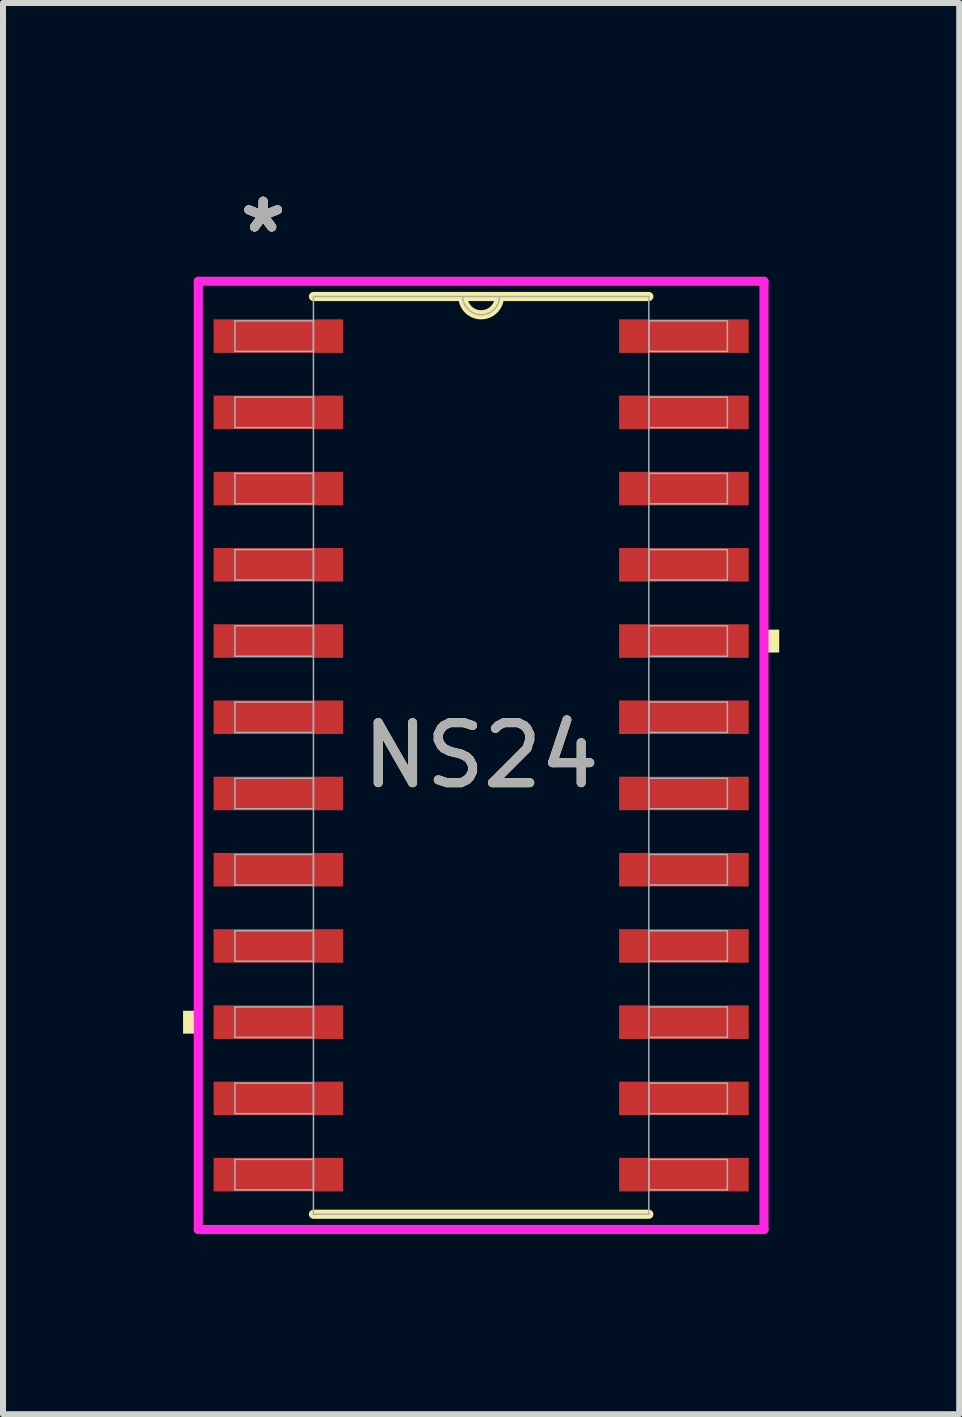
<source format=kicad_pcb>
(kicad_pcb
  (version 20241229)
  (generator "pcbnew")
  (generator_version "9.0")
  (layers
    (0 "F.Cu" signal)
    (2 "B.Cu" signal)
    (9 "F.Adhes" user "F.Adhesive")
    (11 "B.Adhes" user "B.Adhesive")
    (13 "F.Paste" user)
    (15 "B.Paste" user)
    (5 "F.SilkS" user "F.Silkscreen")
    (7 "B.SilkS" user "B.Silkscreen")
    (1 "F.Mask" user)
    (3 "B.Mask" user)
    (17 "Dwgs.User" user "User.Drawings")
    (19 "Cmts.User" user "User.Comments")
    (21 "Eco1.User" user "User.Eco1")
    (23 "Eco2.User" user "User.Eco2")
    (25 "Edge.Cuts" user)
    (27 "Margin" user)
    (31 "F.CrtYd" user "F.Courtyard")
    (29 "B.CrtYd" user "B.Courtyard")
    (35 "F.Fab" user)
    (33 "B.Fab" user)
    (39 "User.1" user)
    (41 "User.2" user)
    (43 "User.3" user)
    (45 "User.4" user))
  (footprint "NS24"
    (layer "F.Cu")
    (at 4.966 9.535)
    (property "Reference" "NS24" (at 0 0 0) (unlocked yes) (layer "F.SilkS") (effects (font (size 1 1) (thickness 0.15))))
    (attr smd)
    (fp_line (start -2.794 7.645) (end 2.794 7.645) (stroke (width 0.152) (type solid)) (layer "F.SilkS"))
    (fp_line (start 2.794 -7.645) (end -2.794 -7.645) (stroke (width 0.152) (type solid)) (layer "F.SilkS"))
    (fp_arc (start 0.3048 -7.6454) (mid 0 -7.3406) (end -0.3048 -7.6454) (stroke (width 0.1524) (type solid)) (layer "F.SilkS"))
    (fp_poly (pts (xy -4.966 4.255) (xy -4.966 4.636) (xy -4.712 4.636) (xy -4.712 4.255)) (stroke (width 0) (type solid)) (fill yes) (layer "F.SilkS"))
    (fp_poly (pts (xy 4.966 -2.095) (xy 4.966 -1.714) (xy 4.712 -1.714) (xy 4.712 -2.095)) (stroke (width 0) (type solid)) (fill yes) (layer "F.SilkS"))
    (fp_line (start -4.712 -7.899) (end 4.712 -7.899) (stroke (width 0.152) (type solid)) (layer "F.CrtYd"))
    (fp_line (start -4.712 7.899) (end -4.712 -7.899) (stroke (width 0.152) (type solid)) (layer "F.CrtYd"))
    (fp_line (start 4.712 -7.899) (end 4.712 7.899) (stroke (width 0.152) (type solid)) (layer "F.CrtYd"))
    (fp_line (start 4.712 7.899) (end -4.712 7.899) (stroke (width 0.152) (type solid)) (layer "F.CrtYd"))
    (fp_line (start -4.102 -7.239) (end -4.102 -6.731) (stroke (width 0.025) (type solid)) (layer "F.Fab"))
    (fp_line (start -4.102 -6.731) (end -2.794 -6.731) (stroke (width 0.025) (type solid)) (layer "F.Fab"))
    (fp_line (start -4.102 -5.969) (end -4.102 -5.461) (stroke (width 0.025) (type solid)) (layer "F.Fab"))
    (fp_line (start -4.102 -5.461) (end -2.794 -5.461) (stroke (width 0.025) (type solid)) (layer "F.Fab"))
    (fp_line (start -4.102 -4.699) (end -4.102 -4.191) (stroke (width 0.025) (type solid)) (layer "F.Fab"))
    (fp_line (start -4.102 -4.191) (end -2.794 -4.191) (stroke (width 0.025) (type solid)) (layer "F.Fab"))
    (fp_line (start -4.102 -3.429) (end -4.102 -2.921) (stroke (width 0.025) (type solid)) (layer "F.Fab"))
    (fp_line (start -4.102 -2.921) (end -2.794 -2.921) (stroke (width 0.025) (type solid)) (layer "F.Fab"))
    (fp_line (start -4.102 -2.159) (end -4.102 -1.651) (stroke (width 0.025) (type solid)) (layer "F.Fab"))
    (fp_line (start -4.102 -1.651) (end -2.794 -1.651) (stroke (width 0.025) (type solid)) (layer "F.Fab"))
    (fp_line (start -4.102 -0.889) (end -4.102 -0.381) (stroke (width 0.025) (type solid)) (layer "F.Fab"))
    (fp_line (start -4.102 -0.381) (end -2.794 -0.381) (stroke (width 0.025) (type solid)) (layer "F.Fab"))
    (fp_line (start -4.102 0.381) (end -4.102 0.889) (stroke (width 0.025) (type solid)) (layer "F.Fab"))
    (fp_line (start -4.102 0.889) (end -2.794 0.889) (stroke (width 0.025) (type solid)) (layer "F.Fab"))
    (fp_line (start -4.102 1.651) (end -4.102 2.159) (stroke (width 0.025) (type solid)) (layer "F.Fab"))
    (fp_line (start -4.102 2.159) (end -2.794 2.159) (stroke (width 0.025) (type solid)) (layer "F.Fab"))
    (fp_line (start -4.102 2.921) (end -4.102 3.429) (stroke (width 0.025) (type solid)) (layer "F.Fab"))
    (fp_line (start -4.102 3.429) (end -2.794 3.429) (stroke (width 0.025) (type solid)) (layer "F.Fab"))
    (fp_line (start -4.102 4.191) (end -4.102 4.699) (stroke (width 0.025) (type solid)) (layer "F.Fab"))
    (fp_line (start -4.102 4.699) (end -2.794 4.699) (stroke (width 0.025) (type solid)) (layer "F.Fab"))
    (fp_line (start -4.102 5.461) (end -4.102 5.969) (stroke (width 0.025) (type solid)) (layer "F.Fab"))
    (fp_line (start -4.102 5.969) (end -2.794 5.969) (stroke (width 0.025) (type solid)) (layer "F.Fab"))
    (fp_line (start -4.102 6.731) (end -4.102 7.239) (stroke (width 0.025) (type solid)) (layer "F.Fab"))
    (fp_line (start -4.102 7.239) (end -2.794 7.239) (stroke (width 0.025) (type solid)) (layer "F.Fab"))
    (fp_line (start -2.794 -7.645) (end -2.794 7.645) (stroke (width 0.025) (type solid)) (layer "F.Fab"))
    (fp_line (start -2.794 -7.239) (end -4.102 -7.239) (stroke (width 0.025) (type solid)) (layer "F.Fab"))
    (fp_line (start -2.794 -6.731) (end -2.794 -7.239) (stroke (width 0.025) (type solid)) (layer "F.Fab"))
    (fp_line (start -2.794 -5.969) (end -4.102 -5.969) (stroke (width 0.025) (type solid)) (layer "F.Fab"))
    (fp_line (start -2.794 -5.461) (end -2.794 -5.969) (stroke (width 0.025) (type solid)) (layer "F.Fab"))
    (fp_line (start -2.794 -4.699) (end -4.102 -4.699) (stroke (width 0.025) (type solid)) (layer "F.Fab"))
    (fp_line (start -2.794 -4.191) (end -2.794 -4.699) (stroke (width 0.025) (type solid)) (layer "F.Fab"))
    (fp_line (start -2.794 -3.429) (end -4.102 -3.429) (stroke (width 0.025) (type solid)) (layer "F.Fab"))
    (fp_line (start -2.794 -2.921) (end -2.794 -3.429) (stroke (width 0.025) (type solid)) (layer "F.Fab"))
    (fp_line (start -2.794 -2.159) (end -4.102 -2.159) (stroke (width 0.025) (type solid)) (layer "F.Fab"))
    (fp_line (start -2.794 -1.651) (end -2.794 -2.159) (stroke (width 0.025) (type solid)) (layer "F.Fab"))
    (fp_line (start -2.794 -0.889) (end -4.102 -0.889) (stroke (width 0.025) (type solid)) (layer "F.Fab"))
    (fp_line (start -2.794 -0.381) (end -2.794 -0.889) (stroke (width 0.025) (type solid)) (layer "F.Fab"))
    (fp_line (start -2.794 0.381) (end -4.102 0.381) (stroke (width 0.025) (type solid)) (layer "F.Fab"))
    (fp_line (start -2.794 0.889) (end -2.794 0.381) (stroke (width 0.025) (type solid)) (layer "F.Fab"))
    (fp_line (start -2.794 1.651) (end -4.102 1.651) (stroke (width 0.025) (type solid)) (layer "F.Fab"))
    (fp_line (start -2.794 2.159) (end -2.794 1.651) (stroke (width 0.025) (type solid)) (layer "F.Fab"))
    (fp_line (start -2.794 2.921) (end -4.102 2.921) (stroke (width 0.025) (type solid)) (layer "F.Fab"))
    (fp_line (start -2.794 3.429) (end -2.794 2.921) (stroke (width 0.025) (type solid)) (layer "F.Fab"))
    (fp_line (start -2.794 4.191) (end -4.102 4.191) (stroke (width 0.025) (type solid)) (layer "F.Fab"))
    (fp_line (start -2.794 4.699) (end -2.794 4.191) (stroke (width 0.025) (type solid)) (layer "F.Fab"))
    (fp_line (start -2.794 5.461) (end -4.102 5.461) (stroke (width 0.025) (type solid)) (layer "F.Fab"))
    (fp_line (start -2.794 5.969) (end -2.794 5.461) (stroke (width 0.025) (type solid)) (layer "F.Fab"))
    (fp_line (start -2.794 6.731) (end -4.102 6.731) (stroke (width 0.025) (type solid)) (layer "F.Fab"))
    (fp_line (start -2.794 7.239) (end -2.794 6.731) (stroke (width 0.025) (type solid)) (layer "F.Fab"))
    (fp_line (start -2.794 7.645) (end 2.794 7.645) (stroke (width 0.025) (type solid)) (layer "F.Fab"))
    (fp_line (start 2.794 -7.645) (end -2.794 -7.645) (stroke (width 0.025) (type solid)) (layer "F.Fab"))
    (fp_line (start 2.794 -7.239) (end 2.794 -6.731) (stroke (width 0.025) (type solid)) (layer "F.Fab"))
    (fp_line (start 2.794 -6.731) (end 4.102 -6.731) (stroke (width 0.025) (type solid)) (layer "F.Fab"))
    (fp_line (start 2.794 -5.969) (end 2.794 -5.461) (stroke (width 0.025) (type solid)) (layer "F.Fab"))
    (fp_line (start 2.794 -5.461) (end 4.102 -5.461) (stroke (width 0.025) (type solid)) (layer "F.Fab"))
    (fp_line (start 2.794 -4.699) (end 2.794 -4.191) (stroke (width 0.025) (type solid)) (layer "F.Fab"))
    (fp_line (start 2.794 -4.191) (end 4.102 -4.191) (stroke (width 0.025) (type solid)) (layer "F.Fab"))
    (fp_line (start 2.794 -3.429) (end 2.794 -2.921) (stroke (width 0.025) (type solid)) (layer "F.Fab"))
    (fp_line (start 2.794 -2.921) (end 4.102 -2.921) (stroke (width 0.025) (type solid)) (layer "F.Fab"))
    (fp_line (start 2.794 -2.159) (end 2.794 -1.651) (stroke (width 0.025) (type solid)) (layer "F.Fab"))
    (fp_line (start 2.794 -1.651) (end 4.102 -1.651) (stroke (width 0.025) (type solid)) (layer "F.Fab"))
    (fp_line (start 2.794 -0.889) (end 2.794 -0.381) (stroke (width 0.025) (type solid)) (layer "F.Fab"))
    (fp_line (start 2.794 -0.381) (end 4.102 -0.381) (stroke (width 0.025) (type solid)) (layer "F.Fab"))
    (fp_line (start 2.794 0.381) (end 2.794 0.889) (stroke (width 0.025) (type solid)) (layer "F.Fab"))
    (fp_line (start 2.794 0.889) (end 4.102 0.889) (stroke (width 0.025) (type solid)) (layer "F.Fab"))
    (fp_line (start 2.794 1.651) (end 2.794 2.159) (stroke (width 0.025) (type solid)) (layer "F.Fab"))
    (fp_line (start 2.794 2.159) (end 4.102 2.159) (stroke (width 0.025) (type solid)) (layer "F.Fab"))
    (fp_line (start 2.794 2.921) (end 2.794 3.429) (stroke (width 0.025) (type solid)) (layer "F.Fab"))
    (fp_line (start 2.794 3.429) (end 4.102 3.429) (stroke (width 0.025) (type solid)) (layer "F.Fab"))
    (fp_line (start 2.794 4.191) (end 2.794 4.699) (stroke (width 0.025) (type solid)) (layer "F.Fab"))
    (fp_line (start 2.794 4.699) (end 4.102 4.699) (stroke (width 0.025) (type solid)) (layer "F.Fab"))
    (fp_line (start 2.794 5.461) (end 2.794 5.969) (stroke (width 0.025) (type solid)) (layer "F.Fab"))
    (fp_line (start 2.794 5.969) (end 4.102 5.969) (stroke (width 0.025) (type solid)) (layer "F.Fab"))
    (fp_line (start 2.794 6.731) (end 2.794 7.239) (stroke (width 0.025) (type solid)) (layer "F.Fab"))
    (fp_line (start 2.794 7.239) (end 4.102 7.239) (stroke (width 0.025) (type solid)) (layer "F.Fab"))
    (fp_line (start 2.794 7.645) (end 2.794 -7.645) (stroke (width 0.025) (type solid)) (layer "F.Fab"))
    (fp_line (start 4.102 -7.239) (end 2.794 -7.239) (stroke (width 0.025) (type solid)) (layer "F.Fab"))
    (fp_line (start 4.102 -6.731) (end 4.102 -7.239) (stroke (width 0.025) (type solid)) (layer "F.Fab"))
    (fp_line (start 4.102 -5.969) (end 2.794 -5.969) (stroke (width 0.025) (type solid)) (layer "F.Fab"))
    (fp_line (start 4.102 -5.461) (end 4.102 -5.969) (stroke (width 0.025) (type solid)) (layer "F.Fab"))
    (fp_line (start 4.102 -4.699) (end 2.794 -4.699) (stroke (width 0.025) (type solid)) (layer "F.Fab"))
    (fp_line (start 4.102 -4.191) (end 4.102 -4.699) (stroke (width 0.025) (type solid)) (layer "F.Fab"))
    (fp_line (start 4.102 -3.429) (end 2.794 -3.429) (stroke (width 0.025) (type solid)) (layer "F.Fab"))
    (fp_line (start 4.102 -2.921) (end 4.102 -3.429) (stroke (width 0.025) (type solid)) (layer "F.Fab"))
    (fp_line (start 4.102 -2.159) (end 2.794 -2.159) (stroke (width 0.025) (type solid)) (layer "F.Fab"))
    (fp_line (start 4.102 -1.651) (end 4.102 -2.159) (stroke (width 0.025) (type solid)) (layer "F.Fab"))
    (fp_line (start 4.102 -0.889) (end 2.794 -0.889) (stroke (width 0.025) (type solid)) (layer "F.Fab"))
    (fp_line (start 4.102 -0.381) (end 4.102 -0.889) (stroke (width 0.025) (type solid)) (layer "F.Fab"))
    (fp_line (start 4.102 0.381) (end 2.794 0.381) (stroke (width 0.025) (type solid)) (layer "F.Fab"))
    (fp_line (start 4.102 0.889) (end 4.102 0.381) (stroke (width 0.025) (type solid)) (layer "F.Fab"))
    (fp_line (start 4.102 1.651) (end 2.794 1.651) (stroke (width 0.025) (type solid)) (layer "F.Fab"))
    (fp_line (start 4.102 2.159) (end 4.102 1.651) (stroke (width 0.025) (type solid)) (layer "F.Fab"))
    (fp_line (start 4.102 2.921) (end 2.794 2.921) (stroke (width 0.025) (type solid)) (layer "F.Fab"))
    (fp_line (start 4.102 3.429) (end 4.102 2.921) (stroke (width 0.025) (type solid)) (layer "F.Fab"))
    (fp_line (start 4.102 4.191) (end 2.794 4.191) (stroke (width 0.025) (type solid)) (layer "F.Fab"))
    (fp_line (start 4.102 4.699) (end 4.102 4.191) (stroke (width 0.025) (type solid)) (layer "F.Fab"))
    (fp_line (start 4.102 5.461) (end 2.794 5.461) (stroke (width 0.025) (type solid)) (layer "F.Fab"))
    (fp_line (start 4.102 5.969) (end 4.102 5.461) (stroke (width 0.025) (type solid)) (layer "F.Fab"))
    (fp_line (start 4.102 6.731) (end 2.794 6.731) (stroke (width 0.025) (type solid)) (layer "F.Fab"))
    (fp_line (start 4.102 7.239) (end 4.102 6.731) (stroke (width 0.025) (type solid)) (layer "F.Fab"))
    (fp_arc (start 0.3048 -7.6454) (mid 0 -7.3406) (end -0.3048 -7.6454) (stroke (width 0.0254) (type solid)) (layer "F.Fab"))
    (fp_text user "*" (at -3.632 -8.687 0) (layer "F.SilkS") (effects (font (size 1 1) (thickness 0.15))))
    (fp_text user "*" (at -3.632 -8.687 0) (unlocked yes) (layer "F.SilkS") (effects (font (size 1 1) (thickness 0.15))))
    (fp_text user "*" (at -3.632 -8.687 0) (unlocked yes) (layer "F.Fab") (effects (font (size 1 1) (thickness 0.15))))
    (fp_text user "*" (at -3.632 -8.687 0) (layer "F.Fab") (effects (font (size 1 1) (thickness 0.15))))
    (fp_text user "${REFERENCE}" (at 0 0 0) (unlocked yes) (layer "F.Fab") (effects (font (size 1 1) (thickness 0.15))))
    (pad "1" smd rect (at -3.378 -6.985) (size 2.159 0.559) (layers "F.Cu" "F.Mask" "F.Paste"))
    (pad "2" smd rect (at -3.378 -5.715) (size 2.159 0.559) (layers "F.Cu" "F.Mask" "F.Paste"))
    (pad "3" smd rect (at -3.378 -4.445) (size 2.159 0.559) (layers "F.Cu" "F.Mask" "F.Paste"))
    (pad "4" smd rect (at -3.378 -3.175) (size 2.159 0.559) (layers "F.Cu" "F.Mask" "F.Paste"))
    (pad "5" smd rect (at -3.378 -1.905) (size 2.159 0.559) (layers "F.Cu" "F.Mask" "F.Paste"))
    (pad "6" smd rect (at -3.378 -0.635) (size 2.159 0.559) (layers "F.Cu" "F.Mask" "F.Paste"))
    (pad "7" smd rect (at -3.378 0.635) (size 2.159 0.559) (layers "F.Cu" "F.Mask" "F.Paste"))
    (pad "8" smd rect (at -3.378 1.905) (size 2.159 0.559) (layers "F.Cu" "F.Mask" "F.Paste"))
    (pad "9" smd rect (at -3.378 3.175) (size 2.159 0.559) (layers "F.Cu" "F.Mask" "F.Paste"))
    (pad "10" smd rect (at -3.378 4.445) (size 2.159 0.559) (layers "F.Cu" "F.Mask" "F.Paste"))
    (pad "11" smd rect (at -3.378 5.715) (size 2.159 0.559) (layers "F.Cu" "F.Mask" "F.Paste"))
    (pad "12" smd rect (at -3.378 6.985) (size 2.159 0.559) (layers "F.Cu" "F.Mask" "F.Paste"))
    (pad "13" smd rect (at 3.378 6.985) (size 2.159 0.559) (layers "F.Cu" "F.Mask" "F.Paste"))
    (pad "14" smd rect (at 3.378 5.715) (size 2.159 0.559) (layers "F.Cu" "F.Mask" "F.Paste"))
    (pad "15" smd rect (at 3.378 4.445) (size 2.159 0.559) (layers "F.Cu" "F.Mask" "F.Paste"))
    (pad "16" smd rect (at 3.378 3.175) (size 2.159 0.559) (layers "F.Cu" "F.Mask" "F.Paste"))
    (pad "17" smd rect (at 3.378 1.905) (size 2.159 0.559) (layers "F.Cu" "F.Mask" "F.Paste"))
    (pad "18" smd rect (at 3.378 0.635) (size 2.159 0.559) (layers "F.Cu" "F.Mask" "F.Paste"))
    (pad "19" smd rect (at 3.378 -0.635) (size 2.159 0.559) (layers "F.Cu" "F.Mask" "F.Paste"))
    (pad "20" smd rect (at 3.378 -1.905) (size 2.159 0.559) (layers "F.Cu" "F.Mask" "F.Paste"))
    (pad "21" smd rect (at 3.378 -3.175) (size 2.159 0.559) (layers "F.Cu" "F.Mask" "F.Paste"))
    (pad "22" smd rect (at 3.378 -4.445) (size 2.159 0.559) (layers "F.Cu" "F.Mask" "F.Paste"))
    (pad "23" smd rect (at 3.378 -5.715) (size 2.159 0.559) (layers "F.Cu" "F.Mask" "F.Paste"))
    (pad "24" smd rect (at 3.378 -6.985) (size 2.159 0.559) (layers "F.Cu" "F.Mask" "F.Paste")))
  (gr_rect
    (start -3 -3)
    (end 12.931 20.511)
    (stroke (width 0.1) (type default))
    (fill no)
    (layer "Edge.Cuts")))
</source>
